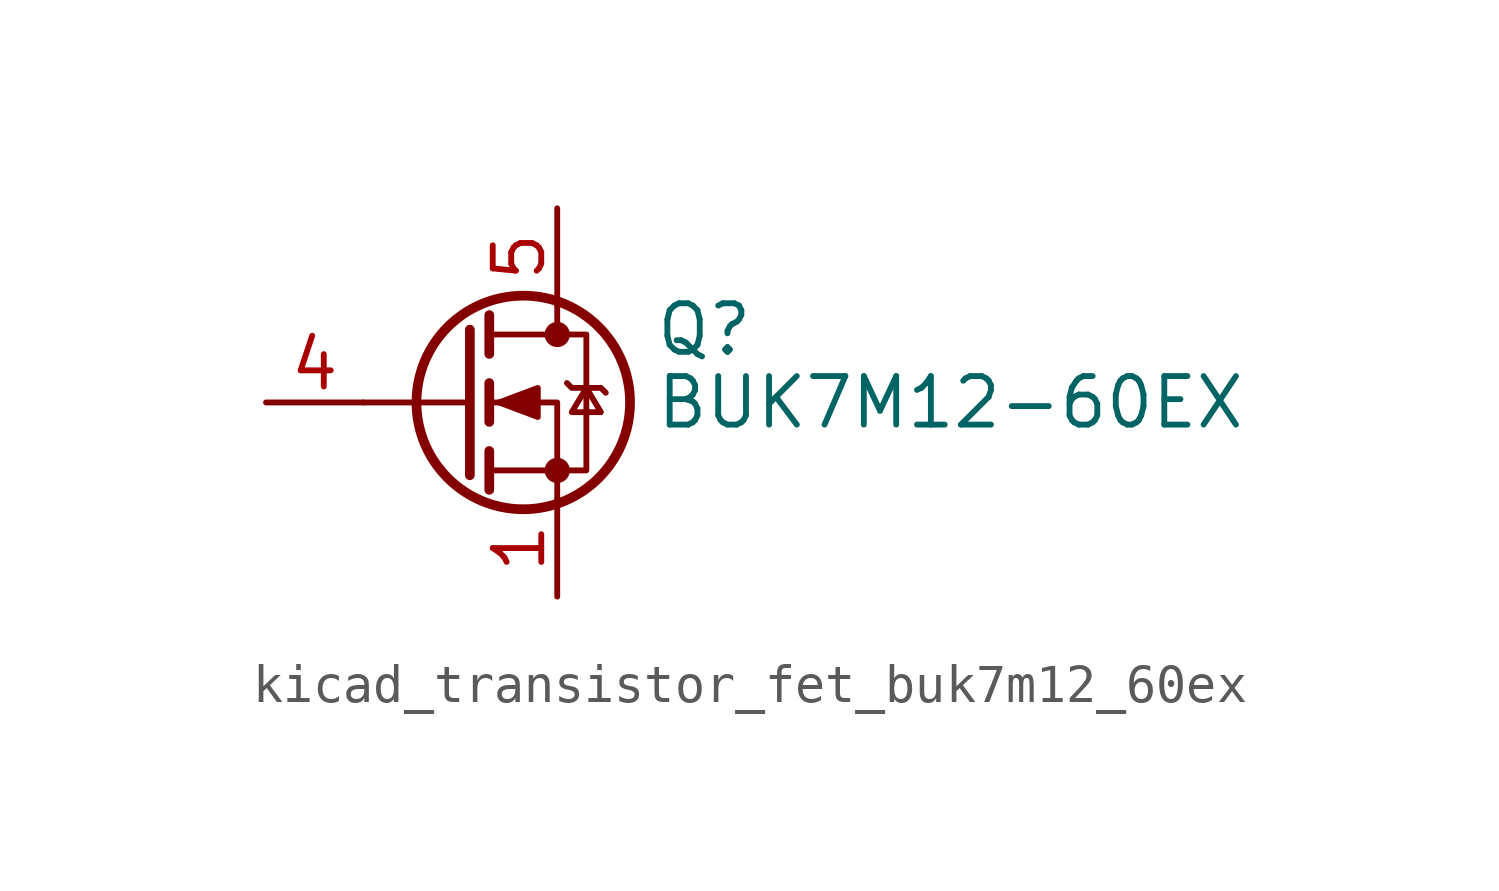
<source format=kicad_sym>
(kicad_symbol_lib
  (version 20220914)
  (generator kicad_symbol_editor)
  (symbol "kicad_transistor_fet_buk7m12_60ex"
    (pin_names hide)
    (property "Reference" "Q"
      (at 5.08 1.905 0)
      (effects (font (size 1.27 1.27)) (justify left)))
    (property "Value" "BUK7M12-60EX"
      (at 5.08 0 0)
      (effects (font (size 1.27 1.27)) (justify left)))
    (symbol "kicad_transistor_fet_buk7m12_60ex_0_1"
      (polyline (pts (xy 0.254 0) (xy -2.54 0)) (stroke (width 0) (type default)) (fill (type none)))
      (polyline (pts (xy 0.254 1.905) (xy 0.254 -1.905)) (stroke (width 0.254) (type default)) (fill (type none)))
      (polyline (pts (xy 0.762 -1.27) (xy 0.762 -2.286)) (stroke (width 0.254) (type default)) (fill (type none)))
      (polyline (pts (xy 0.762 0.508) (xy 0.762 -0.508)) (stroke (width 0.254) (type default)) (fill (type none)))
      (polyline (pts (xy 0.762 2.286) (xy 0.762 1.27)) (stroke (width 0.254) (type default)) (fill (type none)))
      (polyline (pts (xy 2.54 2.54) (xy 2.54 1.778)) (stroke (width 0) (type default)) (fill (type none)))
      (polyline (pts (xy 2.54 -2.54) (xy 2.54 0) (xy 0.762 0)) (stroke (width 0) (type default)) (fill (type none)))
      (polyline (pts (xy 0.762 -1.778) (xy 3.302 -1.778) (xy 3.302 1.778) (xy 0.762 1.778)) (stroke (width 0) (type default)) (fill (type none)))
      (polyline (pts (xy 1.016 0) (xy 2.032 0.381) (xy 2.032 -0.381) (xy 1.016 0)) (stroke (width 0) (type default)) (fill (type outline)))
      (polyline (pts (xy 2.794 0.508) (xy 2.921 0.381) (xy 3.683 0.381) (xy 3.81 0.254)) (stroke (width 0) (type default)) (fill (type none)))
      (polyline (pts (xy 3.302 0.381) (xy 2.921 -0.254) (xy 3.683 -0.254) (xy 3.302 0.381)) (stroke (width 0) (type default)) (fill (type none)))
      (circle (center 1.651 0) (radius 2.794) (stroke (width 0.254) (type default)) (fill (type none)))
      (circle (center 2.54 -1.778) (radius 0.254) (stroke (width 0) (type default)) (fill (type outline)))
      (circle (center 2.54 1.778) (radius 0.254) (stroke (width 0) (type default)) (fill (type outline))))
    (symbol "kicad_transistor_fet_buk7m12_60ex_1_1"
      (pin passive line (at 2.54 -5.08 90) (length 2.54) (name "S" (effects (font (size 1.27 1.27)))) (number "1" (effects (font (size 1.27 1.27)))))
      (pin passive line (at 2.54 -5.08 90) (length 2.54) hide (name "S" (effects (font (size 1.27 1.27)))) (number "2" (effects (font (size 1.27 1.27)))))
      (pin passive line (at 2.54 -5.08 90) (length 2.54) hide (name "S" (effects (font (size 1.27 1.27)))) (number "3" (effects (font (size 1.27 1.27)))))
      (pin passive line (at -5.08 0 0) (length 2.54) (name "G" (effects (font (size 1.27 1.27)))) (number "4" (effects (font (size 1.27 1.27)))))
      (pin passive line (at 2.54 5.08 270) (length 2.54) (name "D" (effects (font (size 1.27 1.27)))) (number "5" (effects (font (size 1.27 1.27))))))))
</source>
